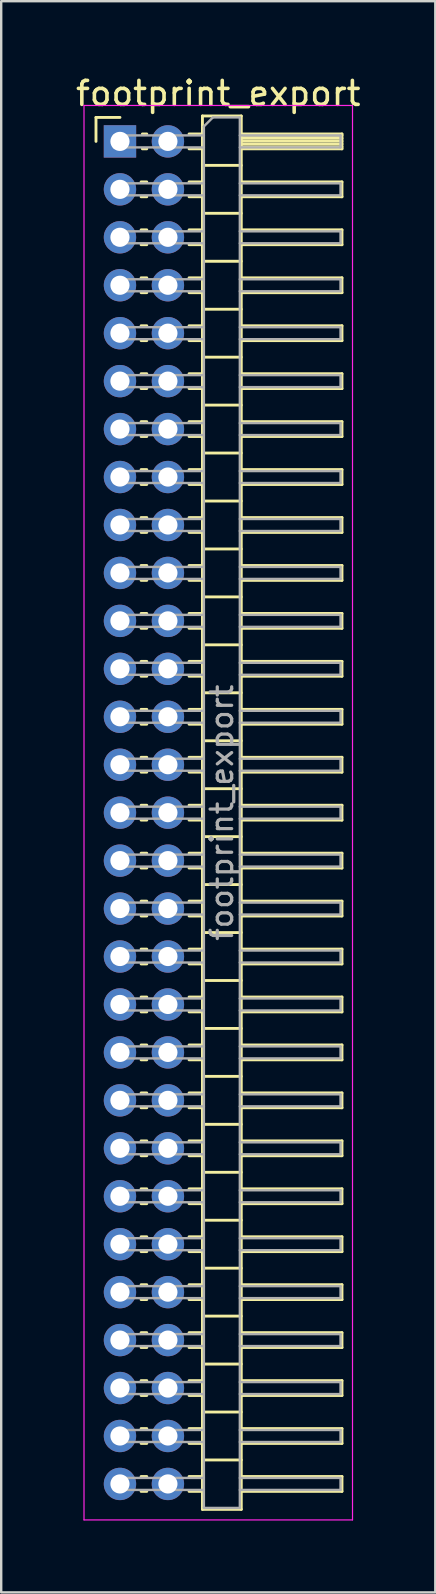
<source format=kicad_pcb>
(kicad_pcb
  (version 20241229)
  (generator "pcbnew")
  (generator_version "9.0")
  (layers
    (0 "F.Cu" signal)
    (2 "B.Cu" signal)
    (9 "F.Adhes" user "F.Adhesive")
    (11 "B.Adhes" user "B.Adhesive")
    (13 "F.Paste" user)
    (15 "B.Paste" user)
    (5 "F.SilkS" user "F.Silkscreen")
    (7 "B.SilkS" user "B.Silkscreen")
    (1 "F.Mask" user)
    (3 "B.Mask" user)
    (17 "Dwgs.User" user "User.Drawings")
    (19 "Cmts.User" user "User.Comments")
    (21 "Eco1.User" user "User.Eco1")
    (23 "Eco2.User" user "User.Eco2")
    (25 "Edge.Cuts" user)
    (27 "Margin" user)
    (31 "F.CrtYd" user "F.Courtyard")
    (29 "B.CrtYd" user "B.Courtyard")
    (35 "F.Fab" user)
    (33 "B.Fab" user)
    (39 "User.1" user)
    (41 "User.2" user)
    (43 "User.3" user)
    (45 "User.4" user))
  (footprint "footprint_export"
    (layer "F.Cu")
    (at 1.954 2.848)
    (property "Reference" "footprint_export" (at 4.1 -2 0) (layer "F.SilkS") (effects (font (size 1 1) (thickness 0.15))))
    (attr through_hole)
    (fp_line (start -1 -1) (end 0 -1) (stroke (width 0.12) (type solid)) (layer "F.SilkS"))
    (fp_line (start -1 0) (end -1 -1) (stroke (width 0.12) (type solid)) (layer "F.SilkS"))
    (fp_line (start 0.882 1.69) (end 1.118 1.69) (stroke (width 0.12) (type solid)) (layer "F.SilkS"))
    (fp_line (start 0.882 2.31) (end 1.118 2.31) (stroke (width 0.12) (type solid)) (layer "F.SilkS"))
    (fp_line (start 0.882 3.69) (end 1.118 3.69) (stroke (width 0.12) (type solid)) (layer "F.SilkS"))
    (fp_line (start 0.882 4.31) (end 1.118 4.31) (stroke (width 0.12) (type solid)) (layer "F.SilkS"))
    (fp_line (start 0.882 5.69) (end 1.118 5.69) (stroke (width 0.12) (type solid)) (layer "F.SilkS"))
    (fp_line (start 0.882 6.31) (end 1.118 6.31) (stroke (width 0.12) (type solid)) (layer "F.SilkS"))
    (fp_line (start 0.882 7.69) (end 1.118 7.69) (stroke (width 0.12) (type solid)) (layer "F.SilkS"))
    (fp_line (start 0.882 8.31) (end 1.118 8.31) (stroke (width 0.12) (type solid)) (layer "F.SilkS"))
    (fp_line (start 0.882 9.69) (end 1.118 9.69) (stroke (width 0.12) (type solid)) (layer "F.SilkS"))
    (fp_line (start 0.882 10.31) (end 1.118 10.31) (stroke (width 0.12) (type solid)) (layer "F.SilkS"))
    (fp_line (start 0.882 11.69) (end 1.118 11.69) (stroke (width 0.12) (type solid)) (layer "F.SilkS"))
    (fp_line (start 0.882 12.31) (end 1.118 12.31) (stroke (width 0.12) (type solid)) (layer "F.SilkS"))
    (fp_line (start 0.882 13.69) (end 1.118 13.69) (stroke (width 0.12) (type solid)) (layer "F.SilkS"))
    (fp_line (start 0.882 14.31) (end 1.118 14.31) (stroke (width 0.12) (type solid)) (layer "F.SilkS"))
    (fp_line (start 0.882 15.69) (end 1.118 15.69) (stroke (width 0.12) (type solid)) (layer "F.SilkS"))
    (fp_line (start 0.882 16.31) (end 1.118 16.31) (stroke (width 0.12) (type solid)) (layer "F.SilkS"))
    (fp_line (start 0.882 17.69) (end 1.118 17.69) (stroke (width 0.12) (type solid)) (layer "F.SilkS"))
    (fp_line (start 0.882 18.31) (end 1.118 18.31) (stroke (width 0.12) (type solid)) (layer "F.SilkS"))
    (fp_line (start 0.882 19.69) (end 1.118 19.69) (stroke (width 0.12) (type solid)) (layer "F.SilkS"))
    (fp_line (start 0.882 20.31) (end 1.118 20.31) (stroke (width 0.12) (type solid)) (layer "F.SilkS"))
    (fp_line (start 0.882 21.69) (end 1.118 21.69) (stroke (width 0.12) (type solid)) (layer "F.SilkS"))
    (fp_line (start 0.882 22.31) (end 1.118 22.31) (stroke (width 0.12) (type solid)) (layer "F.SilkS"))
    (fp_line (start 0.882 23.69) (end 1.118 23.69) (stroke (width 0.12) (type solid)) (layer "F.SilkS"))
    (fp_line (start 0.882 24.31) (end 1.118 24.31) (stroke (width 0.12) (type solid)) (layer "F.SilkS"))
    (fp_line (start 0.882 25.69) (end 1.118 25.69) (stroke (width 0.12) (type solid)) (layer "F.SilkS"))
    (fp_line (start 0.882 26.31) (end 1.118 26.31) (stroke (width 0.12) (type solid)) (layer "F.SilkS"))
    (fp_line (start 0.882 27.69) (end 1.118 27.69) (stroke (width 0.12) (type solid)) (layer "F.SilkS"))
    (fp_line (start 0.882 28.31) (end 1.118 28.31) (stroke (width 0.12) (type solid)) (layer "F.SilkS"))
    (fp_line (start 0.882 29.69) (end 1.118 29.69) (stroke (width 0.12) (type solid)) (layer "F.SilkS"))
    (fp_line (start 0.882 30.31) (end 1.118 30.31) (stroke (width 0.12) (type solid)) (layer "F.SilkS"))
    (fp_line (start 0.882 31.69) (end 1.118 31.69) (stroke (width 0.12) (type solid)) (layer "F.SilkS"))
    (fp_line (start 0.882 32.31) (end 1.118 32.31) (stroke (width 0.12) (type solid)) (layer "F.SilkS"))
    (fp_line (start 0.882 33.69) (end 1.118 33.69) (stroke (width 0.12) (type solid)) (layer "F.SilkS"))
    (fp_line (start 0.882 34.31) (end 1.118 34.31) (stroke (width 0.12) (type solid)) (layer "F.SilkS"))
    (fp_line (start 0.882 35.69) (end 1.118 35.69) (stroke (width 0.12) (type solid)) (layer "F.SilkS"))
    (fp_line (start 0.882 36.31) (end 1.118 36.31) (stroke (width 0.12) (type solid)) (layer "F.SilkS"))
    (fp_line (start 0.882 37.69) (end 1.118 37.69) (stroke (width 0.12) (type solid)) (layer "F.SilkS"))
    (fp_line (start 0.882 38.31) (end 1.118 38.31) (stroke (width 0.12) (type solid)) (layer "F.SilkS"))
    (fp_line (start 0.882 39.69) (end 1.118 39.69) (stroke (width 0.12) (type solid)) (layer "F.SilkS"))
    (fp_line (start 0.882 40.31) (end 1.118 40.31) (stroke (width 0.12) (type solid)) (layer "F.SilkS"))
    (fp_line (start 0.882 41.69) (end 1.118 41.69) (stroke (width 0.12) (type solid)) (layer "F.SilkS"))
    (fp_line (start 0.882 42.31) (end 1.118 42.31) (stroke (width 0.12) (type solid)) (layer "F.SilkS"))
    (fp_line (start 0.882 43.69) (end 1.118 43.69) (stroke (width 0.12) (type solid)) (layer "F.SilkS"))
    (fp_line (start 0.882 44.31) (end 1.118 44.31) (stroke (width 0.12) (type solid)) (layer "F.SilkS"))
    (fp_line (start 0.882 45.69) (end 1.118 45.69) (stroke (width 0.12) (type solid)) (layer "F.SilkS"))
    (fp_line (start 0.882 46.31) (end 1.118 46.31) (stroke (width 0.12) (type solid)) (layer "F.SilkS"))
    (fp_line (start 0.882 47.69) (end 1.118 47.69) (stroke (width 0.12) (type solid)) (layer "F.SilkS"))
    (fp_line (start 0.882 48.31) (end 1.118 48.31) (stroke (width 0.12) (type solid)) (layer "F.SilkS"))
    (fp_line (start 0.882 49.69) (end 1.118 49.69) (stroke (width 0.12) (type solid)) (layer "F.SilkS"))
    (fp_line (start 0.882 50.31) (end 1.118 50.31) (stroke (width 0.12) (type solid)) (layer "F.SilkS"))
    (fp_line (start 0.882 51.69) (end 1.118 51.69) (stroke (width 0.12) (type solid)) (layer "F.SilkS"))
    (fp_line (start 0.882 52.31) (end 1.118 52.31) (stroke (width 0.12) (type solid)) (layer "F.SilkS"))
    (fp_line (start 0.882 53.69) (end 1.118 53.69) (stroke (width 0.12) (type solid)) (layer "F.SilkS"))
    (fp_line (start 0.882 54.31) (end 1.118 54.31) (stroke (width 0.12) (type solid)) (layer "F.SilkS"))
    (fp_line (start 0.882 55.69) (end 1.118 55.69) (stroke (width 0.12) (type solid)) (layer "F.SilkS"))
    (fp_line (start 0.882 56.31) (end 1.118 56.31) (stroke (width 0.12) (type solid)) (layer "F.SilkS"))
    (fp_line (start 0.935 -0.31) (end 1.118 -0.31) (stroke (width 0.12) (type solid)) (layer "F.SilkS"))
    (fp_line (start 0.935 0.31) (end 1.118 0.31) (stroke (width 0.12) (type solid)) (layer "F.SilkS"))
    (fp_line (start 2.882 -0.31) (end 3.44 -0.31) (stroke (width 0.12) (type solid)) (layer "F.SilkS"))
    (fp_line (start 2.882 0.31) (end 3.44 0.31) (stroke (width 0.12) (type solid)) (layer "F.SilkS"))
    (fp_line (start 2.882 1.69) (end 3.44 1.69) (stroke (width 0.12) (type solid)) (layer "F.SilkS"))
    (fp_line (start 2.882 2.31) (end 3.44 2.31) (stroke (width 0.12) (type solid)) (layer "F.SilkS"))
    (fp_line (start 2.882 3.69) (end 3.44 3.69) (stroke (width 0.12) (type solid)) (layer "F.SilkS"))
    (fp_line (start 2.882 4.31) (end 3.44 4.31) (stroke (width 0.12) (type solid)) (layer "F.SilkS"))
    (fp_line (start 2.882 5.69) (end 3.44 5.69) (stroke (width 0.12) (type solid)) (layer "F.SilkS"))
    (fp_line (start 2.882 6.31) (end 3.44 6.31) (stroke (width 0.12) (type solid)) (layer "F.SilkS"))
    (fp_line (start 2.882 7.69) (end 3.44 7.69) (stroke (width 0.12) (type solid)) (layer "F.SilkS"))
    (fp_line (start 2.882 8.31) (end 3.44 8.31) (stroke (width 0.12) (type solid)) (layer "F.SilkS"))
    (fp_line (start 2.882 9.69) (end 3.44 9.69) (stroke (width 0.12) (type solid)) (layer "F.SilkS"))
    (fp_line (start 2.882 10.31) (end 3.44 10.31) (stroke (width 0.12) (type solid)) (layer "F.SilkS"))
    (fp_line (start 2.882 11.69) (end 3.44 11.69) (stroke (width 0.12) (type solid)) (layer "F.SilkS"))
    (fp_line (start 2.882 12.31) (end 3.44 12.31) (stroke (width 0.12) (type solid)) (layer "F.SilkS"))
    (fp_line (start 2.882 13.69) (end 3.44 13.69) (stroke (width 0.12) (type solid)) (layer "F.SilkS"))
    (fp_line (start 2.882 14.31) (end 3.44 14.31) (stroke (width 0.12) (type solid)) (layer "F.SilkS"))
    (fp_line (start 2.882 15.69) (end 3.44 15.69) (stroke (width 0.12) (type solid)) (layer "F.SilkS"))
    (fp_line (start 2.882 16.31) (end 3.44 16.31) (stroke (width 0.12) (type solid)) (layer "F.SilkS"))
    (fp_line (start 2.882 17.69) (end 3.44 17.69) (stroke (width 0.12) (type solid)) (layer "F.SilkS"))
    (fp_line (start 2.882 18.31) (end 3.44 18.31) (stroke (width 0.12) (type solid)) (layer "F.SilkS"))
    (fp_line (start 2.882 19.69) (end 3.44 19.69) (stroke (width 0.12) (type solid)) (layer "F.SilkS"))
    (fp_line (start 2.882 20.31) (end 3.44 20.31) (stroke (width 0.12) (type solid)) (layer "F.SilkS"))
    (fp_line (start 2.882 21.69) (end 3.44 21.69) (stroke (width 0.12) (type solid)) (layer "F.SilkS"))
    (fp_line (start 2.882 22.31) (end 3.44 22.31) (stroke (width 0.12) (type solid)) (layer "F.SilkS"))
    (fp_line (start 2.882 23.69) (end 3.44 23.69) (stroke (width 0.12) (type solid)) (layer "F.SilkS"))
    (fp_line (start 2.882 24.31) (end 3.44 24.31) (stroke (width 0.12) (type solid)) (layer "F.SilkS"))
    (fp_line (start 2.882 25.69) (end 3.44 25.69) (stroke (width 0.12) (type solid)) (layer "F.SilkS"))
    (fp_line (start 2.882 26.31) (end 3.44 26.31) (stroke (width 0.12) (type solid)) (layer "F.SilkS"))
    (fp_line (start 2.882 27.69) (end 3.44 27.69) (stroke (width 0.12) (type solid)) (layer "F.SilkS"))
    (fp_line (start 2.882 28.31) (end 3.44 28.31) (stroke (width 0.12) (type solid)) (layer "F.SilkS"))
    (fp_line (start 2.882 29.69) (end 3.44 29.69) (stroke (width 0.12) (type solid)) (layer "F.SilkS"))
    (fp_line (start 2.882 30.31) (end 3.44 30.31) (stroke (width 0.12) (type solid)) (layer "F.SilkS"))
    (fp_line (start 2.882 31.69) (end 3.44 31.69) (stroke (width 0.12) (type solid)) (layer "F.SilkS"))
    (fp_line (start 2.882 32.31) (end 3.44 32.31) (stroke (width 0.12) (type solid)) (layer "F.SilkS"))
    (fp_line (start 2.882 33.69) (end 3.44 33.69) (stroke (width 0.12) (type solid)) (layer "F.SilkS"))
    (fp_line (start 2.882 34.31) (end 3.44 34.31) (stroke (width 0.12) (type solid)) (layer "F.SilkS"))
    (fp_line (start 2.882 35.69) (end 3.44 35.69) (stroke (width 0.12) (type solid)) (layer "F.SilkS"))
    (fp_line (start 2.882 36.31) (end 3.44 36.31) (stroke (width 0.12) (type solid)) (layer "F.SilkS"))
    (fp_line (start 2.882 37.69) (end 3.44 37.69) (stroke (width 0.12) (type solid)) (layer "F.SilkS"))
    (fp_line (start 2.882 38.31) (end 3.44 38.31) (stroke (width 0.12) (type solid)) (layer "F.SilkS"))
    (fp_line (start 2.882 39.69) (end 3.44 39.69) (stroke (width 0.12) (type solid)) (layer "F.SilkS"))
    (fp_line (start 2.882 40.31) (end 3.44 40.31) (stroke (width 0.12) (type solid)) (layer "F.SilkS"))
    (fp_line (start 2.882 41.69) (end 3.44 41.69) (stroke (width 0.12) (type solid)) (layer "F.SilkS"))
    (fp_line (start 2.882 42.31) (end 3.44 42.31) (stroke (width 0.12) (type solid)) (layer "F.SilkS"))
    (fp_line (start 2.882 43.69) (end 3.44 43.69) (stroke (width 0.12) (type solid)) (layer "F.SilkS"))
    (fp_line (start 2.882 44.31) (end 3.44 44.31) (stroke (width 0.12) (type solid)) (layer "F.SilkS"))
    (fp_line (start 2.882 45.69) (end 3.44 45.69) (stroke (width 0.12) (type solid)) (layer "F.SilkS"))
    (fp_line (start 2.882 46.31) (end 3.44 46.31) (stroke (width 0.12) (type solid)) (layer "F.SilkS"))
    (fp_line (start 2.882 47.69) (end 3.44 47.69) (stroke (width 0.12) (type solid)) (layer "F.SilkS"))
    (fp_line (start 2.882 48.31) (end 3.44 48.31) (stroke (width 0.12) (type solid)) (layer "F.SilkS"))
    (fp_line (start 2.882 49.69) (end 3.44 49.69) (stroke (width 0.12) (type solid)) (layer "F.SilkS"))
    (fp_line (start 2.882 50.31) (end 3.44 50.31) (stroke (width 0.12) (type solid)) (layer "F.SilkS"))
    (fp_line (start 2.882 51.69) (end 3.44 51.69) (stroke (width 0.12) (type solid)) (layer "F.SilkS"))
    (fp_line (start 2.882 52.31) (end 3.44 52.31) (stroke (width 0.12) (type solid)) (layer "F.SilkS"))
    (fp_line (start 2.882 53.69) (end 3.44 53.69) (stroke (width 0.12) (type solid)) (layer "F.SilkS"))
    (fp_line (start 2.882 54.31) (end 3.44 54.31) (stroke (width 0.12) (type solid)) (layer "F.SilkS"))
    (fp_line (start 2.882 55.69) (end 3.44 55.69) (stroke (width 0.12) (type solid)) (layer "F.SilkS"))
    (fp_line (start 2.882 56.31) (end 3.44 56.31) (stroke (width 0.12) (type solid)) (layer "F.SilkS"))
    (fp_line (start 3.44 -1.06) (end 3.44 57.06) (stroke (width 0.12) (type solid)) (layer "F.SilkS"))
    (fp_line (start 3.44 1) (end 5.06 1) (stroke (width 0.12) (type solid)) (layer "F.SilkS"))
    (fp_line (start 3.44 3) (end 5.06 3) (stroke (width 0.12) (type solid)) (layer "F.SilkS"))
    (fp_line (start 3.44 5) (end 5.06 5) (stroke (width 0.12) (type solid)) (layer "F.SilkS"))
    (fp_line (start 3.44 7) (end 5.06 7) (stroke (width 0.12) (type solid)) (layer "F.SilkS"))
    (fp_line (start 3.44 9) (end 5.06 9) (stroke (width 0.12) (type solid)) (layer "F.SilkS"))
    (fp_line (start 3.44 11) (end 5.06 11) (stroke (width 0.12) (type solid)) (layer "F.SilkS"))
    (fp_line (start 3.44 13) (end 5.06 13) (stroke (width 0.12) (type solid)) (layer "F.SilkS"))
    (fp_line (start 3.44 15) (end 5.06 15) (stroke (width 0.12) (type solid)) (layer "F.SilkS"))
    (fp_line (start 3.44 17) (end 5.06 17) (stroke (width 0.12) (type solid)) (layer "F.SilkS"))
    (fp_line (start 3.44 19) (end 5.06 19) (stroke (width 0.12) (type solid)) (layer "F.SilkS"))
    (fp_line (start 3.44 21) (end 5.06 21) (stroke (width 0.12) (type solid)) (layer "F.SilkS"))
    (fp_line (start 3.44 23) (end 5.06 23) (stroke (width 0.12) (type solid)) (layer "F.SilkS"))
    (fp_line (start 3.44 25) (end 5.06 25) (stroke (width 0.12) (type solid)) (layer "F.SilkS"))
    (fp_line (start 3.44 27) (end 5.06 27) (stroke (width 0.12) (type solid)) (layer "F.SilkS"))
    (fp_line (start 3.44 29) (end 5.06 29) (stroke (width 0.12) (type solid)) (layer "F.SilkS"))
    (fp_line (start 3.44 31) (end 5.06 31) (stroke (width 0.12) (type solid)) (layer "F.SilkS"))
    (fp_line (start 3.44 33) (end 5.06 33) (stroke (width 0.12) (type solid)) (layer "F.SilkS"))
    (fp_line (start 3.44 35) (end 5.06 35) (stroke (width 0.12) (type solid)) (layer "F.SilkS"))
    (fp_line (start 3.44 37) (end 5.06 37) (stroke (width 0.12) (type solid)) (layer "F.SilkS"))
    (fp_line (start 3.44 39) (end 5.06 39) (stroke (width 0.12) (type solid)) (layer "F.SilkS"))
    (fp_line (start 3.44 41) (end 5.06 41) (stroke (width 0.12) (type solid)) (layer "F.SilkS"))
    (fp_line (start 3.44 43) (end 5.06 43) (stroke (width 0.12) (type solid)) (layer "F.SilkS"))
    (fp_line (start 3.44 45) (end 5.06 45) (stroke (width 0.12) (type solid)) (layer "F.SilkS"))
    (fp_line (start 3.44 47) (end 5.06 47) (stroke (width 0.12) (type solid)) (layer "F.SilkS"))
    (fp_line (start 3.44 49) (end 5.06 49) (stroke (width 0.12) (type solid)) (layer "F.SilkS"))
    (fp_line (start 3.44 51) (end 5.06 51) (stroke (width 0.12) (type solid)) (layer "F.SilkS"))
    (fp_line (start 3.44 53) (end 5.06 53) (stroke (width 0.12) (type solid)) (layer "F.SilkS"))
    (fp_line (start 3.44 55) (end 5.06 55) (stroke (width 0.12) (type solid)) (layer "F.SilkS"))
    (fp_line (start 3.44 57.06) (end 5.06 57.06) (stroke (width 0.12) (type solid)) (layer "F.SilkS"))
    (fp_line (start 5.06 -1.06) (end 3.44 -1.06) (stroke (width 0.12) (type solid)) (layer "F.SilkS"))
    (fp_line (start 5.06 -0.31) (end 9.26 -0.31) (stroke (width 0.12) (type solid)) (layer "F.SilkS"))
    (fp_line (start 5.06 -0.25) (end 9.26 -0.25) (stroke (width 0.12) (type solid)) (layer "F.SilkS"))
    (fp_line (start 5.06 -0.13) (end 9.26 -0.13) (stroke (width 0.12) (type solid)) (layer "F.SilkS"))
    (fp_line (start 5.06 -0.01) (end 9.26 -0.01) (stroke (width 0.12) (type solid)) (layer "F.SilkS"))
    (fp_line (start 5.06 0.11) (end 9.26 0.11) (stroke (width 0.12) (type solid)) (layer "F.SilkS"))
    (fp_line (start 5.06 0.23) (end 9.26 0.23) (stroke (width 0.12) (type solid)) (layer "F.SilkS"))
    (fp_line (start 5.06 1.69) (end 9.26 1.69) (stroke (width 0.12) (type solid)) (layer "F.SilkS"))
    (fp_line (start 5.06 3.69) (end 9.26 3.69) (stroke (width 0.12) (type solid)) (layer "F.SilkS"))
    (fp_line (start 5.06 5.69) (end 9.26 5.69) (stroke (width 0.12) (type solid)) (layer "F.SilkS"))
    (fp_line (start 5.06 7.69) (end 9.26 7.69) (stroke (width 0.12) (type solid)) (layer "F.SilkS"))
    (fp_line (start 5.06 9.69) (end 9.26 9.69) (stroke (width 0.12) (type solid)) (layer "F.SilkS"))
    (fp_line (start 5.06 11.69) (end 9.26 11.69) (stroke (width 0.12) (type solid)) (layer "F.SilkS"))
    (fp_line (start 5.06 13.69) (end 9.26 13.69) (stroke (width 0.12) (type solid)) (layer "F.SilkS"))
    (fp_line (start 5.06 15.69) (end 9.26 15.69) (stroke (width 0.12) (type solid)) (layer "F.SilkS"))
    (fp_line (start 5.06 17.69) (end 9.26 17.69) (stroke (width 0.12) (type solid)) (layer "F.SilkS"))
    (fp_line (start 5.06 19.69) (end 9.26 19.69) (stroke (width 0.12) (type solid)) (layer "F.SilkS"))
    (fp_line (start 5.06 21.69) (end 9.26 21.69) (stroke (width 0.12) (type solid)) (layer "F.SilkS"))
    (fp_line (start 5.06 23.69) (end 9.26 23.69) (stroke (width 0.12) (type solid)) (layer "F.SilkS"))
    (fp_line (start 5.06 25.69) (end 9.26 25.69) (stroke (width 0.12) (type solid)) (layer "F.SilkS"))
    (fp_line (start 5.06 27.69) (end 9.26 27.69) (stroke (width 0.12) (type solid)) (layer "F.SilkS"))
    (fp_line (start 5.06 29.69) (end 9.26 29.69) (stroke (width 0.12) (type solid)) (layer "F.SilkS"))
    (fp_line (start 5.06 31.69) (end 9.26 31.69) (stroke (width 0.12) (type solid)) (layer "F.SilkS"))
    (fp_line (start 5.06 33.69) (end 9.26 33.69) (stroke (width 0.12) (type solid)) (layer "F.SilkS"))
    (fp_line (start 5.06 35.69) (end 9.26 35.69) (stroke (width 0.12) (type solid)) (layer "F.SilkS"))
    (fp_line (start 5.06 37.69) (end 9.26 37.69) (stroke (width 0.12) (type solid)) (layer "F.SilkS"))
    (fp_line (start 5.06 39.69) (end 9.26 39.69) (stroke (width 0.12) (type solid)) (layer "F.SilkS"))
    (fp_line (start 5.06 41.69) (end 9.26 41.69) (stroke (width 0.12) (type solid)) (layer "F.SilkS"))
    (fp_line (start 5.06 43.69) (end 9.26 43.69) (stroke (width 0.12) (type solid)) (layer "F.SilkS"))
    (fp_line (start 5.06 45.69) (end 9.26 45.69) (stroke (width 0.12) (type solid)) (layer "F.SilkS"))
    (fp_line (start 5.06 47.69) (end 9.26 47.69) (stroke (width 0.12) (type solid)) (layer "F.SilkS"))
    (fp_line (start 5.06 49.69) (end 9.26 49.69) (stroke (width 0.12) (type solid)) (layer "F.SilkS"))
    (fp_line (start 5.06 51.69) (end 9.26 51.69) (stroke (width 0.12) (type solid)) (layer "F.SilkS"))
    (fp_line (start 5.06 53.69) (end 9.26 53.69) (stroke (width 0.12) (type solid)) (layer "F.SilkS"))
    (fp_line (start 5.06 55.69) (end 9.26 55.69) (stroke (width 0.12) (type solid)) (layer "F.SilkS"))
    (fp_line (start 5.06 57.06) (end 5.06 -1.06) (stroke (width 0.12) (type solid)) (layer "F.SilkS"))
    (fp_line (start 9.26 -0.31) (end 9.26 0.31) (stroke (width 0.12) (type solid)) (layer "F.SilkS"))
    (fp_line (start 9.26 0.31) (end 5.06 0.31) (stroke (width 0.12) (type solid)) (layer "F.SilkS"))
    (fp_line (start 9.26 1.69) (end 9.26 2.31) (stroke (width 0.12) (type solid)) (layer "F.SilkS"))
    (fp_line (start 9.26 2.31) (end 5.06 2.31) (stroke (width 0.12) (type solid)) (layer "F.SilkS"))
    (fp_line (start 9.26 3.69) (end 9.26 4.31) (stroke (width 0.12) (type solid)) (layer "F.SilkS"))
    (fp_line (start 9.26 4.31) (end 5.06 4.31) (stroke (width 0.12) (type solid)) (layer "F.SilkS"))
    (fp_line (start 9.26 5.69) (end 9.26 6.31) (stroke (width 0.12) (type solid)) (layer "F.SilkS"))
    (fp_line (start 9.26 6.31) (end 5.06 6.31) (stroke (width 0.12) (type solid)) (layer "F.SilkS"))
    (fp_line (start 9.26 7.69) (end 9.26 8.31) (stroke (width 0.12) (type solid)) (layer "F.SilkS"))
    (fp_line (start 9.26 8.31) (end 5.06 8.31) (stroke (width 0.12) (type solid)) (layer "F.SilkS"))
    (fp_line (start 9.26 9.69) (end 9.26 10.31) (stroke (width 0.12) (type solid)) (layer "F.SilkS"))
    (fp_line (start 9.26 10.31) (end 5.06 10.31) (stroke (width 0.12) (type solid)) (layer "F.SilkS"))
    (fp_line (start 9.26 11.69) (end 9.26 12.31) (stroke (width 0.12) (type solid)) (layer "F.SilkS"))
    (fp_line (start 9.26 12.31) (end 5.06 12.31) (stroke (width 0.12) (type solid)) (layer "F.SilkS"))
    (fp_line (start 9.26 13.69) (end 9.26 14.31) (stroke (width 0.12) (type solid)) (layer "F.SilkS"))
    (fp_line (start 9.26 14.31) (end 5.06 14.31) (stroke (width 0.12) (type solid)) (layer "F.SilkS"))
    (fp_line (start 9.26 15.69) (end 9.26 16.31) (stroke (width 0.12) (type solid)) (layer "F.SilkS"))
    (fp_line (start 9.26 16.31) (end 5.06 16.31) (stroke (width 0.12) (type solid)) (layer "F.SilkS"))
    (fp_line (start 9.26 17.69) (end 9.26 18.31) (stroke (width 0.12) (type solid)) (layer "F.SilkS"))
    (fp_line (start 9.26 18.31) (end 5.06 18.31) (stroke (width 0.12) (type solid)) (layer "F.SilkS"))
    (fp_line (start 9.26 19.69) (end 9.26 20.31) (stroke (width 0.12) (type solid)) (layer "F.SilkS"))
    (fp_line (start 9.26 20.31) (end 5.06 20.31) (stroke (width 0.12) (type solid)) (layer "F.SilkS"))
    (fp_line (start 9.26 21.69) (end 9.26 22.31) (stroke (width 0.12) (type solid)) (layer "F.SilkS"))
    (fp_line (start 9.26 22.31) (end 5.06 22.31) (stroke (width 0.12) (type solid)) (layer "F.SilkS"))
    (fp_line (start 9.26 23.69) (end 9.26 24.31) (stroke (width 0.12) (type solid)) (layer "F.SilkS"))
    (fp_line (start 9.26 24.31) (end 5.06 24.31) (stroke (width 0.12) (type solid)) (layer "F.SilkS"))
    (fp_line (start 9.26 25.69) (end 9.26 26.31) (stroke (width 0.12) (type solid)) (layer "F.SilkS"))
    (fp_line (start 9.26 26.31) (end 5.06 26.31) (stroke (width 0.12) (type solid)) (layer "F.SilkS"))
    (fp_line (start 9.26 27.69) (end 9.26 28.31) (stroke (width 0.12) (type solid)) (layer "F.SilkS"))
    (fp_line (start 9.26 28.31) (end 5.06 28.31) (stroke (width 0.12) (type solid)) (layer "F.SilkS"))
    (fp_line (start 9.26 29.69) (end 9.26 30.31) (stroke (width 0.12) (type solid)) (layer "F.SilkS"))
    (fp_line (start 9.26 30.31) (end 5.06 30.31) (stroke (width 0.12) (type solid)) (layer "F.SilkS"))
    (fp_line (start 9.26 31.69) (end 9.26 32.31) (stroke (width 0.12) (type solid)) (layer "F.SilkS"))
    (fp_line (start 9.26 32.31) (end 5.06 32.31) (stroke (width 0.12) (type solid)) (layer "F.SilkS"))
    (fp_line (start 9.26 33.69) (end 9.26 34.31) (stroke (width 0.12) (type solid)) (layer "F.SilkS"))
    (fp_line (start 9.26 34.31) (end 5.06 34.31) (stroke (width 0.12) (type solid)) (layer "F.SilkS"))
    (fp_line (start 9.26 35.69) (end 9.26 36.31) (stroke (width 0.12) (type solid)) (layer "F.SilkS"))
    (fp_line (start 9.26 36.31) (end 5.06 36.31) (stroke (width 0.12) (type solid)) (layer "F.SilkS"))
    (fp_line (start 9.26 37.69) (end 9.26 38.31) (stroke (width 0.12) (type solid)) (layer "F.SilkS"))
    (fp_line (start 9.26 38.31) (end 5.06 38.31) (stroke (width 0.12) (type solid)) (layer "F.SilkS"))
    (fp_line (start 9.26 39.69) (end 9.26 40.31) (stroke (width 0.12) (type solid)) (layer "F.SilkS"))
    (fp_line (start 9.26 40.31) (end 5.06 40.31) (stroke (width 0.12) (type solid)) (layer "F.SilkS"))
    (fp_line (start 9.26 41.69) (end 9.26 42.31) (stroke (width 0.12) (type solid)) (layer "F.SilkS"))
    (fp_line (start 9.26 42.31) (end 5.06 42.31) (stroke (width 0.12) (type solid)) (layer "F.SilkS"))
    (fp_line (start 9.26 43.69) (end 9.26 44.31) (stroke (width 0.12) (type solid)) (layer "F.SilkS"))
    (fp_line (start 9.26 44.31) (end 5.06 44.31) (stroke (width 0.12) (type solid)) (layer "F.SilkS"))
    (fp_line (start 9.26 45.69) (end 9.26 46.31) (stroke (width 0.12) (type solid)) (layer "F.SilkS"))
    (fp_line (start 9.26 46.31) (end 5.06 46.31) (stroke (width 0.12) (type solid)) (layer "F.SilkS"))
    (fp_line (start 9.26 47.69) (end 9.26 48.31) (stroke (width 0.12) (type solid)) (layer "F.SilkS"))
    (fp_line (start 9.26 48.31) (end 5.06 48.31) (stroke (width 0.12) (type solid)) (layer "F.SilkS"))
    (fp_line (start 9.26 49.69) (end 9.26 50.31) (stroke (width 0.12) (type solid)) (layer "F.SilkS"))
    (fp_line (start 9.26 50.31) (end 5.06 50.31) (stroke (width 0.12) (type solid)) (layer "F.SilkS"))
    (fp_line (start 9.26 51.69) (end 9.26 52.31) (stroke (width 0.12) (type solid)) (layer "F.SilkS"))
    (fp_line (start 9.26 52.31) (end 5.06 52.31) (stroke (width 0.12) (type solid)) (layer "F.SilkS"))
    (fp_line (start 9.26 53.69) (end 9.26 54.31) (stroke (width 0.12) (type solid)) (layer "F.SilkS"))
    (fp_line (start 9.26 54.31) (end 5.06 54.31) (stroke (width 0.12) (type solid)) (layer "F.SilkS"))
    (fp_line (start 9.26 55.69) (end 9.26 56.31) (stroke (width 0.12) (type solid)) (layer "F.SilkS"))
    (fp_line (start 9.26 56.31) (end 5.06 56.31) (stroke (width 0.12) (type solid)) (layer "F.SilkS"))
    (fp_line (start -1.5 -1.5) (end -1.5 57.5) (stroke (width 0.05) (type solid)) (layer "F.CrtYd"))
    (fp_line (start -1.5 57.5) (end 9.7 57.5) (stroke (width 0.05) (type solid)) (layer "F.CrtYd"))
    (fp_line (start 9.7 -1.5) (end -1.5 -1.5) (stroke (width 0.05) (type solid)) (layer "F.CrtYd"))
    (fp_line (start 9.7 57.5) (end 9.7 -1.5) (stroke (width 0.05) (type solid)) (layer "F.CrtYd"))
    (fp_line (start -0.25 -0.25) (end -0.25 0.25) (stroke (width 0.1) (type solid)) (layer "F.Fab"))
    (fp_line (start -0.25 -0.25) (end 3.5 -0.25) (stroke (width 0.1) (type solid)) (layer "F.Fab"))
    (fp_line (start -0.25 0.25) (end 3.5 0.25) (stroke (width 0.1) (type solid)) (layer "F.Fab"))
    (fp_line (start -0.25 1.75) (end -0.25 2.25) (stroke (width 0.1) (type solid)) (layer "F.Fab"))
    (fp_line (start -0.25 1.75) (end 3.5 1.75) (stroke (width 0.1) (type solid)) (layer "F.Fab"))
    (fp_line (start -0.25 2.25) (end 3.5 2.25) (stroke (width 0.1) (type solid)) (layer "F.Fab"))
    (fp_line (start -0.25 3.75) (end -0.25 4.25) (stroke (width 0.1) (type solid)) (layer "F.Fab"))
    (fp_line (start -0.25 3.75) (end 3.5 3.75) (stroke (width 0.1) (type solid)) (layer "F.Fab"))
    (fp_line (start -0.25 4.25) (end 3.5 4.25) (stroke (width 0.1) (type solid)) (layer "F.Fab"))
    (fp_line (start -0.25 5.75) (end -0.25 6.25) (stroke (width 0.1) (type solid)) (layer "F.Fab"))
    (fp_line (start -0.25 5.75) (end 3.5 5.75) (stroke (width 0.1) (type solid)) (layer "F.Fab"))
    (fp_line (start -0.25 6.25) (end 3.5 6.25) (stroke (width 0.1) (type solid)) (layer "F.Fab"))
    (fp_line (start -0.25 7.75) (end -0.25 8.25) (stroke (width 0.1) (type solid)) (layer "F.Fab"))
    (fp_line (start -0.25 7.75) (end 3.5 7.75) (stroke (width 0.1) (type solid)) (layer "F.Fab"))
    (fp_line (start -0.25 8.25) (end 3.5 8.25) (stroke (width 0.1) (type solid)) (layer "F.Fab"))
    (fp_line (start -0.25 9.75) (end -0.25 10.25) (stroke (width 0.1) (type solid)) (layer "F.Fab"))
    (fp_line (start -0.25 9.75) (end 3.5 9.75) (stroke (width 0.1) (type solid)) (layer "F.Fab"))
    (fp_line (start -0.25 10.25) (end 3.5 10.25) (stroke (width 0.1) (type solid)) (layer "F.Fab"))
    (fp_line (start -0.25 11.75) (end -0.25 12.25) (stroke (width 0.1) (type solid)) (layer "F.Fab"))
    (fp_line (start -0.25 11.75) (end 3.5 11.75) (stroke (width 0.1) (type solid)) (layer "F.Fab"))
    (fp_line (start -0.25 12.25) (end 3.5 12.25) (stroke (width 0.1) (type solid)) (layer "F.Fab"))
    (fp_line (start -0.25 13.75) (end -0.25 14.25) (stroke (width 0.1) (type solid)) (layer "F.Fab"))
    (fp_line (start -0.25 13.75) (end 3.5 13.75) (stroke (width 0.1) (type solid)) (layer "F.Fab"))
    (fp_line (start -0.25 14.25) (end 3.5 14.25) (stroke (width 0.1) (type solid)) (layer "F.Fab"))
    (fp_line (start -0.25 15.75) (end -0.25 16.25) (stroke (width 0.1) (type solid)) (layer "F.Fab"))
    (fp_line (start -0.25 15.75) (end 3.5 15.75) (stroke (width 0.1) (type solid)) (layer "F.Fab"))
    (fp_line (start -0.25 16.25) (end 3.5 16.25) (stroke (width 0.1) (type solid)) (layer "F.Fab"))
    (fp_line (start -0.25 17.75) (end -0.25 18.25) (stroke (width 0.1) (type solid)) (layer "F.Fab"))
    (fp_line (start -0.25 17.75) (end 3.5 17.75) (stroke (width 0.1) (type solid)) (layer "F.Fab"))
    (fp_line (start -0.25 18.25) (end 3.5 18.25) (stroke (width 0.1) (type solid)) (layer "F.Fab"))
    (fp_line (start -0.25 19.75) (end -0.25 20.25) (stroke (width 0.1) (type solid)) (layer "F.Fab"))
    (fp_line (start -0.25 19.75) (end 3.5 19.75) (stroke (width 0.1) (type solid)) (layer "F.Fab"))
    (fp_line (start -0.25 20.25) (end 3.5 20.25) (stroke (width 0.1) (type solid)) (layer "F.Fab"))
    (fp_line (start -0.25 21.75) (end -0.25 22.25) (stroke (width 0.1) (type solid)) (layer "F.Fab"))
    (fp_line (start -0.25 21.75) (end 3.5 21.75) (stroke (width 0.1) (type solid)) (layer "F.Fab"))
    (fp_line (start -0.25 22.25) (end 3.5 22.25) (stroke (width 0.1) (type solid)) (layer "F.Fab"))
    (fp_line (start -0.25 23.75) (end -0.25 24.25) (stroke (width 0.1) (type solid)) (layer "F.Fab"))
    (fp_line (start -0.25 23.75) (end 3.5 23.75) (stroke (width 0.1) (type solid)) (layer "F.Fab"))
    (fp_line (start -0.25 24.25) (end 3.5 24.25) (stroke (width 0.1) (type solid)) (layer "F.Fab"))
    (fp_line (start -0.25 25.75) (end -0.25 26.25) (stroke (width 0.1) (type solid)) (layer "F.Fab"))
    (fp_line (start -0.25 25.75) (end 3.5 25.75) (stroke (width 0.1) (type solid)) (layer "F.Fab"))
    (fp_line (start -0.25 26.25) (end 3.5 26.25) (stroke (width 0.1) (type solid)) (layer "F.Fab"))
    (fp_line (start -0.25 27.75) (end -0.25 28.25) (stroke (width 0.1) (type solid)) (layer "F.Fab"))
    (fp_line (start -0.25 27.75) (end 3.5 27.75) (stroke (width 0.1) (type solid)) (layer "F.Fab"))
    (fp_line (start -0.25 28.25) (end 3.5 28.25) (stroke (width 0.1) (type solid)) (layer "F.Fab"))
    (fp_line (start -0.25 29.75) (end -0.25 30.25) (stroke (width 0.1) (type solid)) (layer "F.Fab"))
    (fp_line (start -0.25 29.75) (end 3.5 29.75) (stroke (width 0.1) (type solid)) (layer "F.Fab"))
    (fp_line (start -0.25 30.25) (end 3.5 30.25) (stroke (width 0.1) (type solid)) (layer "F.Fab"))
    (fp_line (start -0.25 31.75) (end -0.25 32.25) (stroke (width 0.1) (type solid)) (layer "F.Fab"))
    (fp_line (start -0.25 31.75) (end 3.5 31.75) (stroke (width 0.1) (type solid)) (layer "F.Fab"))
    (fp_line (start -0.25 32.25) (end 3.5 32.25) (stroke (width 0.1) (type solid)) (layer "F.Fab"))
    (fp_line (start -0.25 33.75) (end -0.25 34.25) (stroke (width 0.1) (type solid)) (layer "F.Fab"))
    (fp_line (start -0.25 33.75) (end 3.5 33.75) (stroke (width 0.1) (type solid)) (layer "F.Fab"))
    (fp_line (start -0.25 34.25) (end 3.5 34.25) (stroke (width 0.1) (type solid)) (layer "F.Fab"))
    (fp_line (start -0.25 35.75) (end -0.25 36.25) (stroke (width 0.1) (type solid)) (layer "F.Fab"))
    (fp_line (start -0.25 35.75) (end 3.5 35.75) (stroke (width 0.1) (type solid)) (layer "F.Fab"))
    (fp_line (start -0.25 36.25) (end 3.5 36.25) (stroke (width 0.1) (type solid)) (layer "F.Fab"))
    (fp_line (start -0.25 37.75) (end -0.25 38.25) (stroke (width 0.1) (type solid)) (layer "F.Fab"))
    (fp_line (start -0.25 37.75) (end 3.5 37.75) (stroke (width 0.1) (type solid)) (layer "F.Fab"))
    (fp_line (start -0.25 38.25) (end 3.5 38.25) (stroke (width 0.1) (type solid)) (layer "F.Fab"))
    (fp_line (start -0.25 39.75) (end -0.25 40.25) (stroke (width 0.1) (type solid)) (layer "F.Fab"))
    (fp_line (start -0.25 39.75) (end 3.5 39.75) (stroke (width 0.1) (type solid)) (layer "F.Fab"))
    (fp_line (start -0.25 40.25) (end 3.5 40.25) (stroke (width 0.1) (type solid)) (layer "F.Fab"))
    (fp_line (start -0.25 41.75) (end -0.25 42.25) (stroke (width 0.1) (type solid)) (layer "F.Fab"))
    (fp_line (start -0.25 41.75) (end 3.5 41.75) (stroke (width 0.1) (type solid)) (layer "F.Fab"))
    (fp_line (start -0.25 42.25) (end 3.5 42.25) (stroke (width 0.1) (type solid)) (layer "F.Fab"))
    (fp_line (start -0.25 43.75) (end -0.25 44.25) (stroke (width 0.1) (type solid)) (layer "F.Fab"))
    (fp_line (start -0.25 43.75) (end 3.5 43.75) (stroke (width 0.1) (type solid)) (layer "F.Fab"))
    (fp_line (start -0.25 44.25) (end 3.5 44.25) (stroke (width 0.1) (type solid)) (layer "F.Fab"))
    (fp_line (start -0.25 45.75) (end -0.25 46.25) (stroke (width 0.1) (type solid)) (layer "F.Fab"))
    (fp_line (start -0.25 45.75) (end 3.5 45.75) (stroke (width 0.1) (type solid)) (layer "F.Fab"))
    (fp_line (start -0.25 46.25) (end 3.5 46.25) (stroke (width 0.1) (type solid)) (layer "F.Fab"))
    (fp_line (start -0.25 47.75) (end -0.25 48.25) (stroke (width 0.1) (type solid)) (layer "F.Fab"))
    (fp_line (start -0.25 47.75) (end 3.5 47.75) (stroke (width 0.1) (type solid)) (layer "F.Fab"))
    (fp_line (start -0.25 48.25) (end 3.5 48.25) (stroke (width 0.1) (type solid)) (layer "F.Fab"))
    (fp_line (start -0.25 49.75) (end -0.25 50.25) (stroke (width 0.1) (type solid)) (layer "F.Fab"))
    (fp_line (start -0.25 49.75) (end 3.5 49.75) (stroke (width 0.1) (type solid)) (layer "F.Fab"))
    (fp_line (start -0.25 50.25) (end 3.5 50.25) (stroke (width 0.1) (type solid)) (layer "F.Fab"))
    (fp_line (start -0.25 51.75) (end -0.25 52.25) (stroke (width 0.1) (type solid)) (layer "F.Fab"))
    (fp_line (start -0.25 51.75) (end 3.5 51.75) (stroke (width 0.1) (type solid)) (layer "F.Fab"))
    (fp_line (start -0.25 52.25) (end 3.5 52.25) (stroke (width 0.1) (type solid)) (layer "F.Fab"))
    (fp_line (start -0.25 53.75) (end -0.25 54.25) (stroke (width 0.1) (type solid)) (layer "F.Fab"))
    (fp_line (start -0.25 53.75) (end 3.5 53.75) (stroke (width 0.1) (type solid)) (layer "F.Fab"))
    (fp_line (start -0.25 54.25) (end 3.5 54.25) (stroke (width 0.1) (type solid)) (layer "F.Fab"))
    (fp_line (start -0.25 55.75) (end -0.25 56.25) (stroke (width 0.1) (type solid)) (layer "F.Fab"))
    (fp_line (start -0.25 55.75) (end 3.5 55.75) (stroke (width 0.1) (type solid)) (layer "F.Fab"))
    (fp_line (start -0.25 56.25) (end 3.5 56.25) (stroke (width 0.1) (type solid)) (layer "F.Fab"))
    (fp_line (start 3.5 -0.625) (end 3.875 -1) (stroke (width 0.1) (type solid)) (layer "F.Fab"))
    (fp_line (start 3.5 57) (end 3.5 -0.625) (stroke (width 0.1) (type solid)) (layer "F.Fab"))
    (fp_line (start 3.875 -1) (end 5 -1) (stroke (width 0.1) (type solid)) (layer "F.Fab"))
    (fp_line (start 5 -1) (end 5 57) (stroke (width 0.1) (type solid)) (layer "F.Fab"))
    (fp_line (start 5 -0.25) (end 9.2 -0.25) (stroke (width 0.1) (type solid)) (layer "F.Fab"))
    (fp_line (start 5 0.25) (end 9.2 0.25) (stroke (width 0.1) (type solid)) (layer "F.Fab"))
    (fp_line (start 5 1.75) (end 9.2 1.75) (stroke (width 0.1) (type solid)) (layer "F.Fab"))
    (fp_line (start 5 2.25) (end 9.2 2.25) (stroke (width 0.1) (type solid)) (layer "F.Fab"))
    (fp_line (start 5 3.75) (end 9.2 3.75) (stroke (width 0.1) (type solid)) (layer "F.Fab"))
    (fp_line (start 5 4.25) (end 9.2 4.25) (stroke (width 0.1) (type solid)) (layer "F.Fab"))
    (fp_line (start 5 5.75) (end 9.2 5.75) (stroke (width 0.1) (type solid)) (layer "F.Fab"))
    (fp_line (start 5 6.25) (end 9.2 6.25) (stroke (width 0.1) (type solid)) (layer "F.Fab"))
    (fp_line (start 5 7.75) (end 9.2 7.75) (stroke (width 0.1) (type solid)) (layer "F.Fab"))
    (fp_line (start 5 8.25) (end 9.2 8.25) (stroke (width 0.1) (type solid)) (layer "F.Fab"))
    (fp_line (start 5 9.75) (end 9.2 9.75) (stroke (width 0.1) (type solid)) (layer "F.Fab"))
    (fp_line (start 5 10.25) (end 9.2 10.25) (stroke (width 0.1) (type solid)) (layer "F.Fab"))
    (fp_line (start 5 11.75) (end 9.2 11.75) (stroke (width 0.1) (type solid)) (layer "F.Fab"))
    (fp_line (start 5 12.25) (end 9.2 12.25) (stroke (width 0.1) (type solid)) (layer "F.Fab"))
    (fp_line (start 5 13.75) (end 9.2 13.75) (stroke (width 0.1) (type solid)) (layer "F.Fab"))
    (fp_line (start 5 14.25) (end 9.2 14.25) (stroke (width 0.1) (type solid)) (layer "F.Fab"))
    (fp_line (start 5 15.75) (end 9.2 15.75) (stroke (width 0.1) (type solid)) (layer "F.Fab"))
    (fp_line (start 5 16.25) (end 9.2 16.25) (stroke (width 0.1) (type solid)) (layer "F.Fab"))
    (fp_line (start 5 17.75) (end 9.2 17.75) (stroke (width 0.1) (type solid)) (layer "F.Fab"))
    (fp_line (start 5 18.25) (end 9.2 18.25) (stroke (width 0.1) (type solid)) (layer "F.Fab"))
    (fp_line (start 5 19.75) (end 9.2 19.75) (stroke (width 0.1) (type solid)) (layer "F.Fab"))
    (fp_line (start 5 20.25) (end 9.2 20.25) (stroke (width 0.1) (type solid)) (layer "F.Fab"))
    (fp_line (start 5 21.75) (end 9.2 21.75) (stroke (width 0.1) (type solid)) (layer "F.Fab"))
    (fp_line (start 5 22.25) (end 9.2 22.25) (stroke (width 0.1) (type solid)) (layer "F.Fab"))
    (fp_line (start 5 23.75) (end 9.2 23.75) (stroke (width 0.1) (type solid)) (layer "F.Fab"))
    (fp_line (start 5 24.25) (end 9.2 24.25) (stroke (width 0.1) (type solid)) (layer "F.Fab"))
    (fp_line (start 5 25.75) (end 9.2 25.75) (stroke (width 0.1) (type solid)) (layer "F.Fab"))
    (fp_line (start 5 26.25) (end 9.2 26.25) (stroke (width 0.1) (type solid)) (layer "F.Fab"))
    (fp_line (start 5 27.75) (end 9.2 27.75) (stroke (width 0.1) (type solid)) (layer "F.Fab"))
    (fp_line (start 5 28.25) (end 9.2 28.25) (stroke (width 0.1) (type solid)) (layer "F.Fab"))
    (fp_line (start 5 29.75) (end 9.2 29.75) (stroke (width 0.1) (type solid)) (layer "F.Fab"))
    (fp_line (start 5 30.25) (end 9.2 30.25) (stroke (width 0.1) (type solid)) (layer "F.Fab"))
    (fp_line (start 5 31.75) (end 9.2 31.75) (stroke (width 0.1) (type solid)) (layer "F.Fab"))
    (fp_line (start 5 32.25) (end 9.2 32.25) (stroke (width 0.1) (type solid)) (layer "F.Fab"))
    (fp_line (start 5 33.75) (end 9.2 33.75) (stroke (width 0.1) (type solid)) (layer "F.Fab"))
    (fp_line (start 5 34.25) (end 9.2 34.25) (stroke (width 0.1) (type solid)) (layer "F.Fab"))
    (fp_line (start 5 35.75) (end 9.2 35.75) (stroke (width 0.1) (type solid)) (layer "F.Fab"))
    (fp_line (start 5 36.25) (end 9.2 36.25) (stroke (width 0.1) (type solid)) (layer "F.Fab"))
    (fp_line (start 5 37.75) (end 9.2 37.75) (stroke (width 0.1) (type solid)) (layer "F.Fab"))
    (fp_line (start 5 38.25) (end 9.2 38.25) (stroke (width 0.1) (type solid)) (layer "F.Fab"))
    (fp_line (start 5 39.75) (end 9.2 39.75) (stroke (width 0.1) (type solid)) (layer "F.Fab"))
    (fp_line (start 5 40.25) (end 9.2 40.25) (stroke (width 0.1) (type solid)) (layer "F.Fab"))
    (fp_line (start 5 41.75) (end 9.2 41.75) (stroke (width 0.1) (type solid)) (layer "F.Fab"))
    (fp_line (start 5 42.25) (end 9.2 42.25) (stroke (width 0.1) (type solid)) (layer "F.Fab"))
    (fp_line (start 5 43.75) (end 9.2 43.75) (stroke (width 0.1) (type solid)) (layer "F.Fab"))
    (fp_line (start 5 44.25) (end 9.2 44.25) (stroke (width 0.1) (type solid)) (layer "F.Fab"))
    (fp_line (start 5 45.75) (end 9.2 45.75) (stroke (width 0.1) (type solid)) (layer "F.Fab"))
    (fp_line (start 5 46.25) (end 9.2 46.25) (stroke (width 0.1) (type solid)) (layer "F.Fab"))
    (fp_line (start 5 47.75) (end 9.2 47.75) (stroke (width 0.1) (type solid)) (layer "F.Fab"))
    (fp_line (start 5 48.25) (end 9.2 48.25) (stroke (width 0.1) (type solid)) (layer "F.Fab"))
    (fp_line (start 5 49.75) (end 9.2 49.75) (stroke (width 0.1) (type solid)) (layer "F.Fab"))
    (fp_line (start 5 50.25) (end 9.2 50.25) (stroke (width 0.1) (type solid)) (layer "F.Fab"))
    (fp_line (start 5 51.75) (end 9.2 51.75) (stroke (width 0.1) (type solid)) (layer "F.Fab"))
    (fp_line (start 5 52.25) (end 9.2 52.25) (stroke (width 0.1) (type solid)) (layer "F.Fab"))
    (fp_line (start 5 53.75) (end 9.2 53.75) (stroke (width 0.1) (type solid)) (layer "F.Fab"))
    (fp_line (start 5 54.25) (end 9.2 54.25) (stroke (width 0.1) (type solid)) (layer "F.Fab"))
    (fp_line (start 5 55.75) (end 9.2 55.75) (stroke (width 0.1) (type solid)) (layer "F.Fab"))
    (fp_line (start 5 56.25) (end 9.2 56.25) (stroke (width 0.1) (type solid)) (layer "F.Fab"))
    (fp_line (start 5 57) (end 3.5 57) (stroke (width 0.1) (type solid)) (layer "F.Fab"))
    (fp_line (start 9.2 -0.25) (end 9.2 0.25) (stroke (width 0.1) (type solid)) (layer "F.Fab"))
    (fp_line (start 9.2 1.75) (end 9.2 2.25) (stroke (width 0.1) (type solid)) (layer "F.Fab"))
    (fp_line (start 9.2 3.75) (end 9.2 4.25) (stroke (width 0.1) (type solid)) (layer "F.Fab"))
    (fp_line (start 9.2 5.75) (end 9.2 6.25) (stroke (width 0.1) (type solid)) (layer "F.Fab"))
    (fp_line (start 9.2 7.75) (end 9.2 8.25) (stroke (width 0.1) (type solid)) (layer "F.Fab"))
    (fp_line (start 9.2 9.75) (end 9.2 10.25) (stroke (width 0.1) (type solid)) (layer "F.Fab"))
    (fp_line (start 9.2 11.75) (end 9.2 12.25) (stroke (width 0.1) (type solid)) (layer "F.Fab"))
    (fp_line (start 9.2 13.75) (end 9.2 14.25) (stroke (width 0.1) (type solid)) (layer "F.Fab"))
    (fp_line (start 9.2 15.75) (end 9.2 16.25) (stroke (width 0.1) (type solid)) (layer "F.Fab"))
    (fp_line (start 9.2 17.75) (end 9.2 18.25) (stroke (width 0.1) (type solid)) (layer "F.Fab"))
    (fp_line (start 9.2 19.75) (end 9.2 20.25) (stroke (width 0.1) (type solid)) (layer "F.Fab"))
    (fp_line (start 9.2 21.75) (end 9.2 22.25) (stroke (width 0.1) (type solid)) (layer "F.Fab"))
    (fp_line (start 9.2 23.75) (end 9.2 24.25) (stroke (width 0.1) (type solid)) (layer "F.Fab"))
    (fp_line (start 9.2 25.75) (end 9.2 26.25) (stroke (width 0.1) (type solid)) (layer "F.Fab"))
    (fp_line (start 9.2 27.75) (end 9.2 28.25) (stroke (width 0.1) (type solid)) (layer "F.Fab"))
    (fp_line (start 9.2 29.75) (end 9.2 30.25) (stroke (width 0.1) (type solid)) (layer "F.Fab"))
    (fp_line (start 9.2 31.75) (end 9.2 32.25) (stroke (width 0.1) (type solid)) (layer "F.Fab"))
    (fp_line (start 9.2 33.75) (end 9.2 34.25) (stroke (width 0.1) (type solid)) (layer "F.Fab"))
    (fp_line (start 9.2 35.75) (end 9.2 36.25) (stroke (width 0.1) (type solid)) (layer "F.Fab"))
    (fp_line (start 9.2 37.75) (end 9.2 38.25) (stroke (width 0.1) (type solid)) (layer "F.Fab"))
    (fp_line (start 9.2 39.75) (end 9.2 40.25) (stroke (width 0.1) (type solid)) (layer "F.Fab"))
    (fp_line (start 9.2 41.75) (end 9.2 42.25) (stroke (width 0.1) (type solid)) (layer "F.Fab"))
    (fp_line (start 9.2 43.75) (end 9.2 44.25) (stroke (width 0.1) (type solid)) (layer "F.Fab"))
    (fp_line (start 9.2 45.75) (end 9.2 46.25) (stroke (width 0.1) (type solid)) (layer "F.Fab"))
    (fp_line (start 9.2 47.75) (end 9.2 48.25) (stroke (width 0.1) (type solid)) (layer "F.Fab"))
    (fp_line (start 9.2 49.75) (end 9.2 50.25) (stroke (width 0.1) (type solid)) (layer "F.Fab"))
    (fp_line (start 9.2 51.75) (end 9.2 52.25) (stroke (width 0.1) (type solid)) (layer "F.Fab"))
    (fp_line (start 9.2 53.75) (end 9.2 54.25) (stroke (width 0.1) (type solid)) (layer "F.Fab"))
    (fp_line (start 9.2 55.75) (end 9.2 56.25) (stroke (width 0.1) (type solid)) (layer "F.Fab"))
    (fp_text user "${REFERENCE}" (at 4.25 28 90) (layer "F.Fab") (effects (font (size 0.9 0.9) (thickness 0.135))))
    (pad "1" thru_hole rect (at 0 0) (size 1.35 1.35) (drill 0.8) (layers "*.Cu" "*.Mask"))
    (pad "2" thru_hole oval (at 2 0) (size 1.35 1.35) (drill 0.8) (layers "*.Cu" "*.Mask"))
    (pad "3" thru_hole oval (at 0 2) (size 1.35 1.35) (drill 0.8) (layers "*.Cu" "*.Mask"))
    (pad "4" thru_hole oval (at 2 2) (size 1.35 1.35) (drill 0.8) (layers "*.Cu" "*.Mask"))
    (pad "5" thru_hole oval (at 0 4) (size 1.35 1.35) (drill 0.8) (layers "*.Cu" "*.Mask"))
    (pad "6" thru_hole oval (at 2 4) (size 1.35 1.35) (drill 0.8) (layers "*.Cu" "*.Mask"))
    (pad "7" thru_hole oval (at 0 6) (size 1.35 1.35) (drill 0.8) (layers "*.Cu" "*.Mask"))
    (pad "8" thru_hole oval (at 2 6) (size 1.35 1.35) (drill 0.8) (layers "*.Cu" "*.Mask"))
    (pad "9" thru_hole oval (at 0 8) (size 1.35 1.35) (drill 0.8) (layers "*.Cu" "*.Mask"))
    (pad "10" thru_hole oval (at 2 8) (size 1.35 1.35) (drill 0.8) (layers "*.Cu" "*.Mask"))
    (pad "11" thru_hole oval (at 0 10) (size 1.35 1.35) (drill 0.8) (layers "*.Cu" "*.Mask"))
    (pad "12" thru_hole oval (at 2 10) (size 1.35 1.35) (drill 0.8) (layers "*.Cu" "*.Mask"))
    (pad "13" thru_hole oval (at 0 12) (size 1.35 1.35) (drill 0.8) (layers "*.Cu" "*.Mask"))
    (pad "14" thru_hole oval (at 2 12) (size 1.35 1.35) (drill 0.8) (layers "*.Cu" "*.Mask"))
    (pad "15" thru_hole oval (at 0 14) (size 1.35 1.35) (drill 0.8) (layers "*.Cu" "*.Mask"))
    (pad "16" thru_hole oval (at 2 14) (size 1.35 1.35) (drill 0.8) (layers "*.Cu" "*.Mask"))
    (pad "17" thru_hole oval (at 0 16) (size 1.35 1.35) (drill 0.8) (layers "*.Cu" "*.Mask"))
    (pad "18" thru_hole oval (at 2 16) (size 1.35 1.35) (drill 0.8) (layers "*.Cu" "*.Mask"))
    (pad "19" thru_hole oval (at 0 18) (size 1.35 1.35) (drill 0.8) (layers "*.Cu" "*.Mask"))
    (pad "20" thru_hole oval (at 2 18) (size 1.35 1.35) (drill 0.8) (layers "*.Cu" "*.Mask"))
    (pad "21" thru_hole oval (at 0 20) (size 1.35 1.35) (drill 0.8) (layers "*.Cu" "*.Mask"))
    (pad "22" thru_hole oval (at 2 20) (size 1.35 1.35) (drill 0.8) (layers "*.Cu" "*.Mask"))
    (pad "23" thru_hole oval (at 0 22) (size 1.35 1.35) (drill 0.8) (layers "*.Cu" "*.Mask"))
    (pad "24" thru_hole oval (at 2 22) (size 1.35 1.35) (drill 0.8) (layers "*.Cu" "*.Mask"))
    (pad "25" thru_hole oval (at 0 24) (size 1.35 1.35) (drill 0.8) (layers "*.Cu" "*.Mask"))
    (pad "26" thru_hole oval (at 2 24) (size 1.35 1.35) (drill 0.8) (layers "*.Cu" "*.Mask"))
    (pad "27" thru_hole oval (at 0 26) (size 1.35 1.35) (drill 0.8) (layers "*.Cu" "*.Mask"))
    (pad "28" thru_hole oval (at 2 26) (size 1.35 1.35) (drill 0.8) (layers "*.Cu" "*.Mask"))
    (pad "29" thru_hole oval (at 0 28) (size 1.35 1.35) (drill 0.8) (layers "*.Cu" "*.Mask"))
    (pad "30" thru_hole oval (at 2 28) (size 1.35 1.35) (drill 0.8) (layers "*.Cu" "*.Mask"))
    (pad "31" thru_hole oval (at 0 30) (size 1.35 1.35) (drill 0.8) (layers "*.Cu" "*.Mask"))
    (pad "32" thru_hole oval (at 2 30) (size 1.35 1.35) (drill 0.8) (layers "*.Cu" "*.Mask"))
    (pad "33" thru_hole oval (at 0 32) (size 1.35 1.35) (drill 0.8) (layers "*.Cu" "*.Mask"))
    (pad "34" thru_hole oval (at 2 32) (size 1.35 1.35) (drill 0.8) (layers "*.Cu" "*.Mask"))
    (pad "35" thru_hole oval (at 0 34) (size 1.35 1.35) (drill 0.8) (layers "*.Cu" "*.Mask"))
    (pad "36" thru_hole oval (at 2 34) (size 1.35 1.35) (drill 0.8) (layers "*.Cu" "*.Mask"))
    (pad "37" thru_hole oval (at 0 36) (size 1.35 1.35) (drill 0.8) (layers "*.Cu" "*.Mask"))
    (pad "38" thru_hole oval (at 2 36) (size 1.35 1.35) (drill 0.8) (layers "*.Cu" "*.Mask"))
    (pad "39" thru_hole oval (at 0 38) (size 1.35 1.35) (drill 0.8) (layers "*.Cu" "*.Mask"))
    (pad "40" thru_hole oval (at 2 38) (size 1.35 1.35) (drill 0.8) (layers "*.Cu" "*.Mask"))
    (pad "41" thru_hole oval (at 0 40) (size 1.35 1.35) (drill 0.8) (layers "*.Cu" "*.Mask"))
    (pad "42" thru_hole oval (at 2 40) (size 1.35 1.35) (drill 0.8) (layers "*.Cu" "*.Mask"))
    (pad "43" thru_hole oval (at 0 42) (size 1.35 1.35) (drill 0.8) (layers "*.Cu" "*.Mask"))
    (pad "44" thru_hole oval (at 2 42) (size 1.35 1.35) (drill 0.8) (layers "*.Cu" "*.Mask"))
    (pad "45" thru_hole oval (at 0 44) (size 1.35 1.35) (drill 0.8) (layers "*.Cu" "*.Mask"))
    (pad "46" thru_hole oval (at 2 44) (size 1.35 1.35) (drill 0.8) (layers "*.Cu" "*.Mask"))
    (pad "47" thru_hole oval (at 0 46) (size 1.35 1.35) (drill 0.8) (layers "*.Cu" "*.Mask"))
    (pad "48" thru_hole oval (at 2 46) (size 1.35 1.35) (drill 0.8) (layers "*.Cu" "*.Mask"))
    (pad "49" thru_hole oval (at 0 48) (size 1.35 1.35) (drill 0.8) (layers "*.Cu" "*.Mask"))
    (pad "50" thru_hole oval (at 2 48) (size 1.35 1.35) (drill 0.8) (layers "*.Cu" "*.Mask"))
    (pad "51" thru_hole oval (at 0 50) (size 1.35 1.35) (drill 0.8) (layers "*.Cu" "*.Mask"))
    (pad "52" thru_hole oval (at 2 50) (size 1.35 1.35) (drill 0.8) (layers "*.Cu" "*.Mask"))
    (pad "53" thru_hole oval (at 0 52) (size 1.35 1.35) (drill 0.8) (layers "*.Cu" "*.Mask"))
    (pad "54" thru_hole oval (at 2 52) (size 1.35 1.35) (drill 0.8) (layers "*.Cu" "*.Mask"))
    (pad "55" thru_hole oval (at 0 54) (size 1.35 1.35) (drill 0.8) (layers "*.Cu" "*.Mask"))
    (pad "56" thru_hole oval (at 2 54) (size 1.35 1.35) (drill 0.8) (layers "*.Cu" "*.Mask"))
    (pad "57" thru_hole oval (at 0 56) (size 1.35 1.35) (drill 0.8) (layers "*.Cu" "*.Mask"))
    (pad "58" thru_hole oval (at 2 56) (size 1.35 1.35) (drill 0.8) (layers "*.Cu" "*.Mask")))
  (gr_rect
    (start -3 -3)
    (end 15.107 63.373)
    (stroke (width 0.1) (type default))
    (fill no)
    (layer "Edge.Cuts")))
</source>
